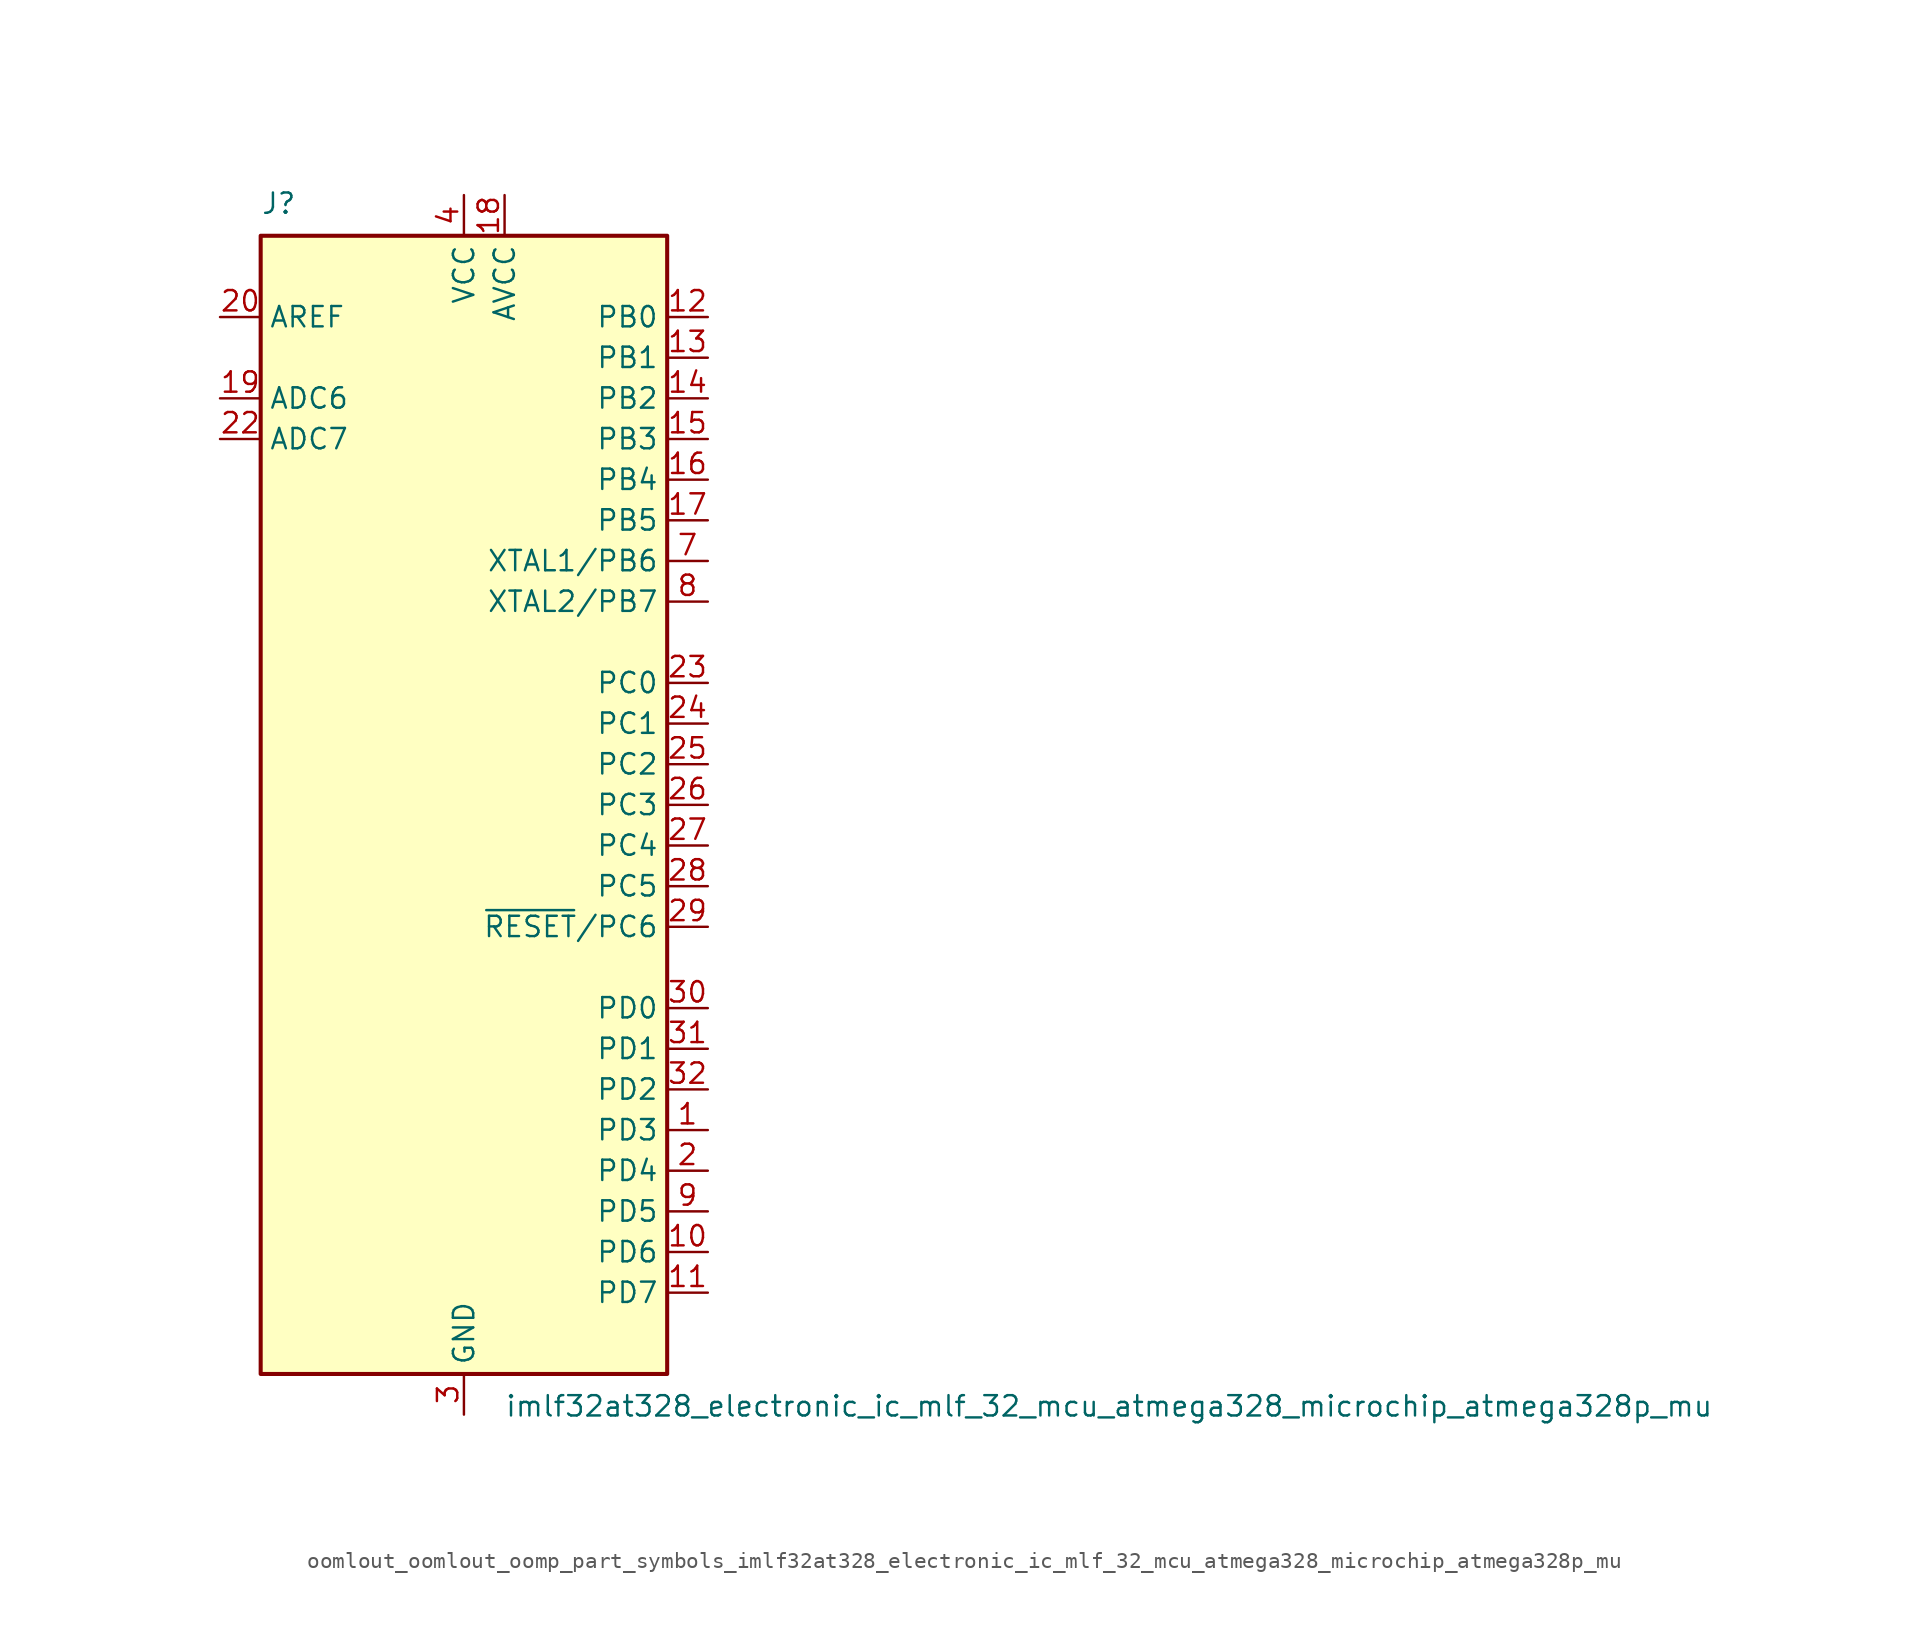
<source format=kicad_sym>
(kicad_symbol_lib
  (version 20220914)
  (generator kicad_symbol_editor)
  (symbol "oomlout_oomlout_oomp_part_symbols_imlf32at328_electronic_ic_mlf_32_mcu_atmega328_microchip_atmega328p_mu"
    (property "Reference" "J"
      (at -12.7 36.83 0)
      (effects (font (size 1.27 1.27)) (justify left bottom)))
    (property "Value" "imlf32at328_electronic_ic_mlf_32_mcu_atmega328_microchip_atmega328p_mu"
      (at 2.54 -36.83 0)
      (effects (font (size 1.27 1.27)) (justify left top)))
    (symbol "oomlout_oomlout_oomp_part_symbols_imlf32at328_electronic_ic_mlf_32_mcu_atmega328_microchip_atmega328p_mu_0_1"
      (rectangle (start -12.7 -35.56) (end 12.7 35.56) (stroke (width 0.254) (type default)) (fill (type background))))
    (symbol "oomlout_oomlout_oomp_part_symbols_imlf32at328_electronic_ic_mlf_32_mcu_atmega328_microchip_atmega328p_mu_1_1"
      (pin bidirectional line (at 15.24 -20.32 180) (length 2.54) (name "PD3" (effects (font (size 1.27 1.27)))) (number "1" (effects (font (size 1.27 1.27)))))
      (pin bidirectional line (at 15.24 -27.94 180) (length 2.54) (name "PD6" (effects (font (size 1.27 1.27)))) (number "10" (effects (font (size 1.27 1.27)))))
      (pin bidirectional line (at 15.24 -30.48 180) (length 2.54) (name "PD7" (effects (font (size 1.27 1.27)))) (number "11" (effects (font (size 1.27 1.27)))))
      (pin bidirectional line (at 15.24 30.48 180) (length 2.54) (name "PB0" (effects (font (size 1.27 1.27)))) (number "12" (effects (font (size 1.27 1.27)))))
      (pin bidirectional line (at 15.24 27.94 180) (length 2.54) (name "PB1" (effects (font (size 1.27 1.27)))) (number "13" (effects (font (size 1.27 1.27)))))
      (pin bidirectional line (at 15.24 25.4 180) (length 2.54) (name "PB2" (effects (font (size 1.27 1.27)))) (number "14" (effects (font (size 1.27 1.27)))))
      (pin bidirectional line (at 15.24 22.86 180) (length 2.54) (name "PB3" (effects (font (size 1.27 1.27)))) (number "15" (effects (font (size 1.27 1.27)))))
      (pin bidirectional line (at 15.24 20.32 180) (length 2.54) (name "PB4" (effects (font (size 1.27 1.27)))) (number "16" (effects (font (size 1.27 1.27)))))
      (pin bidirectional line (at 15.24 17.78 180) (length 2.54) (name "PB5" (effects (font (size 1.27 1.27)))) (number "17" (effects (font (size 1.27 1.27)))))
      (pin power_in line (at 2.54 38.1 270) (length 2.54) (name "AVCC" (effects (font (size 1.27 1.27)))) (number "18" (effects (font (size 1.27 1.27)))))
      (pin input line (at -15.24 25.4 0) (length 2.54) (name "ADC6" (effects (font (size 1.27 1.27)))) (number "19" (effects (font (size 1.27 1.27)))))
      (pin bidirectional line (at 15.24 -22.86 180) (length 2.54) (name "PD4" (effects (font (size 1.27 1.27)))) (number "2" (effects (font (size 1.27 1.27)))))
      (pin passive line (at -15.24 30.48 0) (length 2.54) (name "AREF" (effects (font (size 1.27 1.27)))) (number "20" (effects (font (size 1.27 1.27)))))
      (pin passive line (at 0 -38.1 90) (length 2.54) hide (name "GND" (effects (font (size 1.27 1.27)))) (number "21" (effects (font (size 1.27 1.27)))))
      (pin input line (at -15.24 22.86 0) (length 2.54) (name "ADC7" (effects (font (size 1.27 1.27)))) (number "22" (effects (font (size 1.27 1.27)))))
      (pin bidirectional line (at 15.24 7.62 180) (length 2.54) (name "PC0" (effects (font (size 1.27 1.27)))) (number "23" (effects (font (size 1.27 1.27)))))
      (pin bidirectional line (at 15.24 5.08 180) (length 2.54) (name "PC1" (effects (font (size 1.27 1.27)))) (number "24" (effects (font (size 1.27 1.27)))))
      (pin bidirectional line (at 15.24 2.54 180) (length 2.54) (name "PC2" (effects (font (size 1.27 1.27)))) (number "25" (effects (font (size 1.27 1.27)))))
      (pin bidirectional line (at 15.24 0 180) (length 2.54) (name "PC3" (effects (font (size 1.27 1.27)))) (number "26" (effects (font (size 1.27 1.27)))))
      (pin bidirectional line (at 15.24 -2.54 180) (length 2.54) (name "PC4" (effects (font (size 1.27 1.27)))) (number "27" (effects (font (size 1.27 1.27)))))
      (pin bidirectional line (at 15.24 -5.08 180) (length 2.54) (name "PC5" (effects (font (size 1.27 1.27)))) (number "28" (effects (font (size 1.27 1.27)))))
      (pin bidirectional line (at 15.24 -7.62 180) (length 2.54) (name "~{RESET}/PC6" (effects (font (size 1.27 1.27)))) (number "29" (effects (font (size 1.27 1.27)))))
      (pin power_in line (at 0 -38.1 90) (length 2.54) (name "GND" (effects (font (size 1.27 1.27)))) (number "3" (effects (font (size 1.27 1.27)))))
      (pin bidirectional line (at 15.24 -12.7 180) (length 2.54) (name "PD0" (effects (font (size 1.27 1.27)))) (number "30" (effects (font (size 1.27 1.27)))))
      (pin bidirectional line (at 15.24 -15.24 180) (length 2.54) (name "PD1" (effects (font (size 1.27 1.27)))) (number "31" (effects (font (size 1.27 1.27)))))
      (pin bidirectional line (at 15.24 -17.78 180) (length 2.54) (name "PD2" (effects (font (size 1.27 1.27)))) (number "32" (effects (font (size 1.27 1.27)))))
      (pin passive line (at 0 -38.1 90) (length 2.54) hide (name "GND" (effects (font (size 1.27 1.27)))) (number "33" (effects (font (size 1.27 1.27)))))
      (pin power_in line (at 0 38.1 270) (length 2.54) (name "VCC" (effects (font (size 1.27 1.27)))) (number "4" (effects (font (size 1.27 1.27)))))
      (pin passive line (at 0 -38.1 90) (length 2.54) hide (name "GND" (effects (font (size 1.27 1.27)))) (number "5" (effects (font (size 1.27 1.27)))))
      (pin passive line (at 0 38.1 270) (length 2.54) hide (name "VCC" (effects (font (size 1.27 1.27)))) (number "6" (effects (font (size 1.27 1.27)))))
      (pin bidirectional line (at 15.24 15.24 180) (length 2.54) (name "XTAL1/PB6" (effects (font (size 1.27 1.27)))) (number "7" (effects (font (size 1.27 1.27)))))
      (pin bidirectional line (at 15.24 12.7 180) (length 2.54) (name "XTAL2/PB7" (effects (font (size 1.27 1.27)))) (number "8" (effects (font (size 1.27 1.27)))))
      (pin bidirectional line (at 15.24 -25.4 180) (length 2.54) (name "PD5" (effects (font (size 1.27 1.27)))) (number "9" (effects (font (size 1.27 1.27))))))))
</source>
